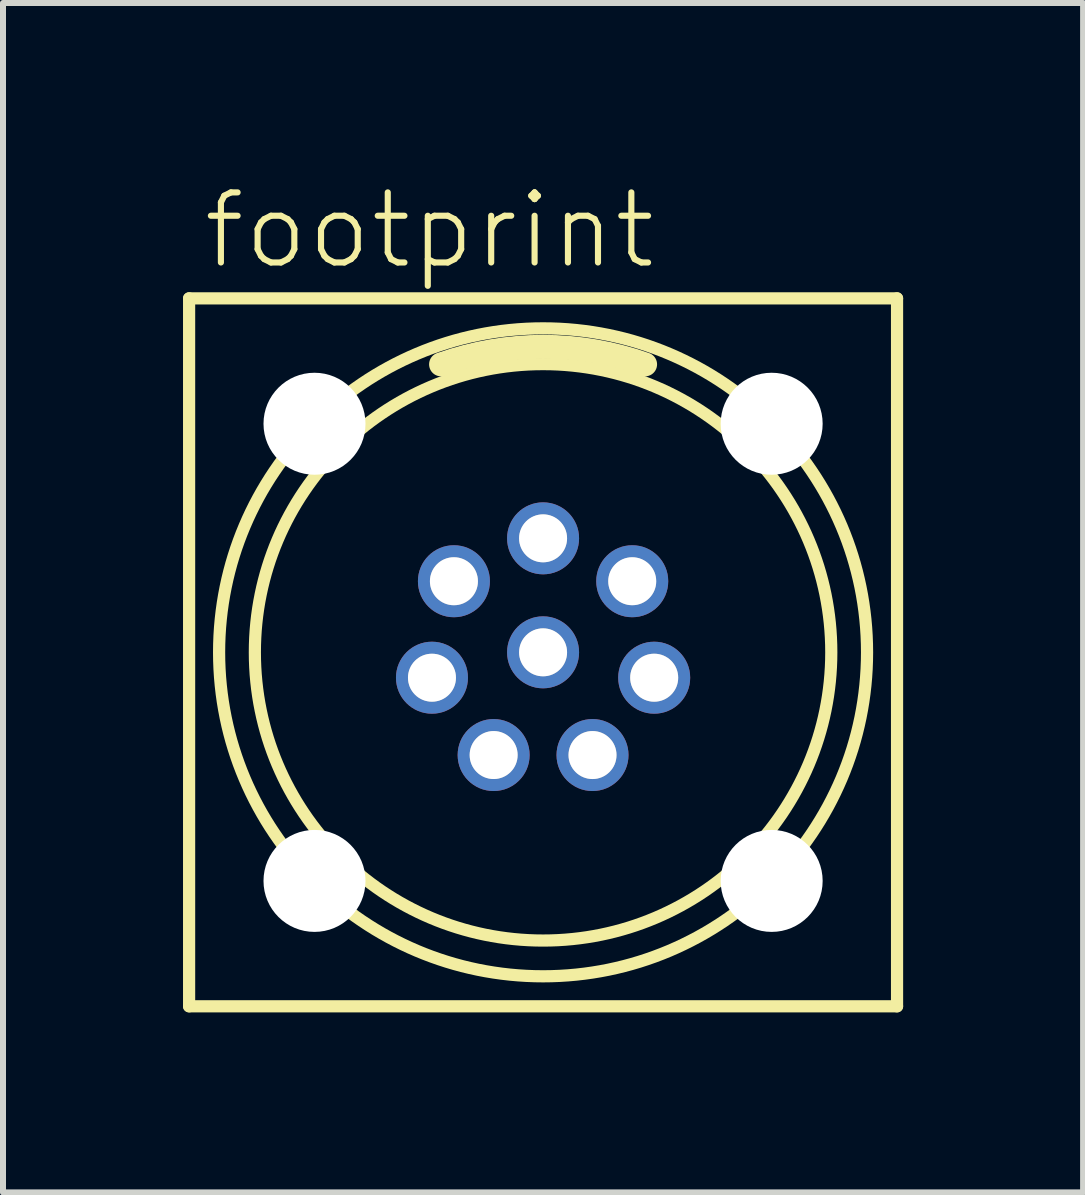
<source format=kicad_pcb>
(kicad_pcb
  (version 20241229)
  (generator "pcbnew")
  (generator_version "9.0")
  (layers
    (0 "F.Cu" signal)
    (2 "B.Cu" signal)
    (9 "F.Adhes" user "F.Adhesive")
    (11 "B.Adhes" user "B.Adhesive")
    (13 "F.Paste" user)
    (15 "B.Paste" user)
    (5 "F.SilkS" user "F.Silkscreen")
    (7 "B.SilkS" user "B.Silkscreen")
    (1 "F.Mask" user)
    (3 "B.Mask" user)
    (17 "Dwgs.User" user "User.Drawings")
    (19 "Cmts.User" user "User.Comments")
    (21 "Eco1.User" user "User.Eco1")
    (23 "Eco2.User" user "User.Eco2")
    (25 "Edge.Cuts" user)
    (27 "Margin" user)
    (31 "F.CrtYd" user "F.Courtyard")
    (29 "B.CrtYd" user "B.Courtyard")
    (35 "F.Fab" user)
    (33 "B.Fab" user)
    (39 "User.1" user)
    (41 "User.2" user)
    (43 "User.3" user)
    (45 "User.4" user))
  (footprint "footprint"
    (layer "F.Cu")
    (at 6.002 7.823)
    (property "Reference" "footprint" (at -5.715 -6.35 0) (layer "F.SilkS") (effects (font (size 1.168 1.168) (thickness 0.102)) (justify left bottom)))
    (fp_line (start -5.9 -5.9) (end 5.9 -5.9) (stroke (width 0.203) (type solid)) (layer "F.SilkS"))
    (fp_line (start -5.9 5.9) (end -5.9 -5.9) (stroke (width 0.203) (type solid)) (layer "F.SilkS"))
    (fp_line (start 5.9 -5.9) (end 5.9 5.9) (stroke (width 0.203) (type solid)) (layer "F.SilkS"))
    (fp_line (start 5.9 5.9) (end -5.9 5.9) (stroke (width 0.203) (type solid)) (layer "F.SilkS"))
    (fp_arc (start -1.7 -4.8) (mid 0 -5.092151) (end 1.7 -4.8) (stroke (width 0.4) (type solid)) (layer "F.SilkS"))
    (fp_circle (center 0 0) (end 4.804 0) (stroke (width 0.203) (type solid)) (fill no) (layer "F.SilkS"))
    (fp_circle (center 0 0) (end 5.4 0) (stroke (width 0.203) (type solid)) (fill no) (layer "F.SilkS"))
    (fp_circle (center -1.852 0.423) (end -1.554 0.423) (stroke (width 0.203) (type solid)) (fill no) (layer "F.Fab"))
    (fp_circle (center -1.486 -1.185) (end -1.187 -1.185) (stroke (width 0.203) (type solid)) (fill no) (layer "F.Fab"))
    (fp_circle (center -0.824 1.712) (end -0.526 1.712) (stroke (width 0.203) (type solid)) (fill no) (layer "F.Fab"))
    (fp_circle (center 0 -1.9) (end 0.298 -1.9) (stroke (width 0.203) (type solid)) (fill no) (layer "F.Fab"))
    (fp_circle (center 0 0) (end 0.298 0) (stroke (width 0.203) (type solid)) (fill no) (layer "F.Fab"))
    (fp_circle (center 0.824 1.712) (end 1.123 1.712) (stroke (width 0.203) (type solid)) (fill no) (layer "F.Fab"))
    (fp_circle (center 1.486 -1.185) (end 1.784 -1.185) (stroke (width 0.203) (type solid)) (fill no) (layer "F.Fab"))
    (fp_circle (center 1.852 0.423) (end 2.151 0.423) (stroke (width 0.203) (type solid)) (fill no) (layer "F.Fab"))
    (pad "" np_thru_hole circle (at -3.81 -3.81) (size 1.7 1.7) (drill 1.7) (layers "*.Cu" "*.Mask"))
    (pad "" np_thru_hole circle (at -3.81 3.81) (size 1.7 1.7) (drill 1.7) (layers "*.Cu" "*.Mask"))
    (pad "" np_thru_hole circle (at 3.81 -3.81) (size 1.7 1.7) (drill 1.7) (layers "*.Cu" "*.Mask"))
    (pad "" np_thru_hole circle (at 3.81 3.81) (size 1.7 1.7) (drill 1.7) (layers "*.Cu" "*.Mask"))
    (pad "1" thru_hole circle (at 0 -1.9 90) (size 1.2 1.2) (drill 0.8) (layers "*.Cu" "*.Mask"))
    (pad "2" thru_hole circle (at -1.486 -1.185 141.4) (size 1.2 1.2) (drill 0.8) (layers "*.Cu" "*.Mask"))
    (pad "3" thru_hole circle (at -1.852 0.423 192.9) (size 1.2 1.2) (drill 0.8) (layers "*.Cu" "*.Mask"))
    (pad "4" thru_hole circle (at -0.824 1.712 244.3) (size 1.2 1.2) (drill 0.8) (layers "*.Cu" "*.Mask"))
    (pad "5" thru_hole circle (at 0.824 1.712 295.7) (size 1.2 1.2) (drill 0.8) (layers "*.Cu" "*.Mask"))
    (pad "6" thru_hole circle (at 1.852 0.423 347.1) (size 1.2 1.2) (drill 0.8) (layers "*.Cu" "*.Mask"))
    (pad "7" thru_hole circle (at 1.486 -1.185 38.6) (size 1.2 1.2) (drill 0.8) (layers "*.Cu" "*.Mask"))
    (pad "8" thru_hole circle (at 0 0 90) (size 1.2 1.2) (drill 0.8) (layers "*.Cu" "*.Mask")))
  (gr_rect
    (start -3 -3)
    (end 15.003 16.825)
    (stroke (width 0.1) (type default))
    (fill no)
    (layer "Edge.Cuts")))
</source>
